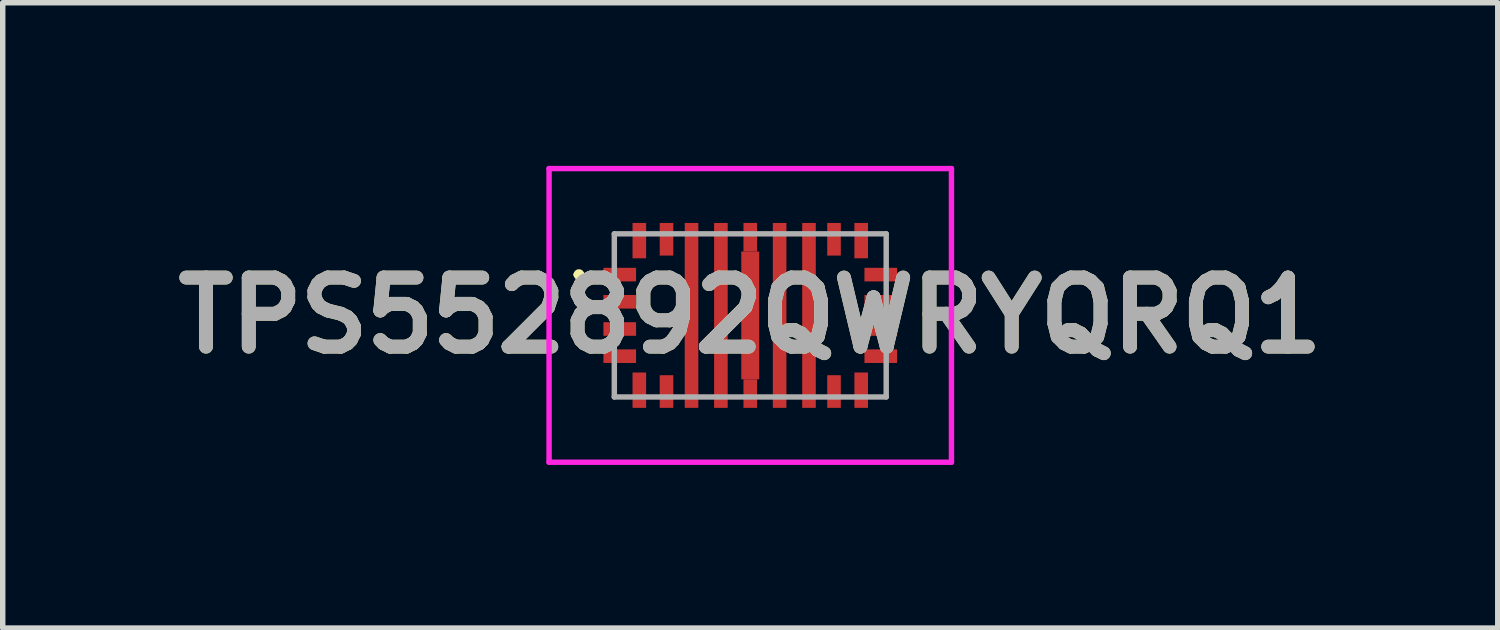
<source format=kicad_pcb>
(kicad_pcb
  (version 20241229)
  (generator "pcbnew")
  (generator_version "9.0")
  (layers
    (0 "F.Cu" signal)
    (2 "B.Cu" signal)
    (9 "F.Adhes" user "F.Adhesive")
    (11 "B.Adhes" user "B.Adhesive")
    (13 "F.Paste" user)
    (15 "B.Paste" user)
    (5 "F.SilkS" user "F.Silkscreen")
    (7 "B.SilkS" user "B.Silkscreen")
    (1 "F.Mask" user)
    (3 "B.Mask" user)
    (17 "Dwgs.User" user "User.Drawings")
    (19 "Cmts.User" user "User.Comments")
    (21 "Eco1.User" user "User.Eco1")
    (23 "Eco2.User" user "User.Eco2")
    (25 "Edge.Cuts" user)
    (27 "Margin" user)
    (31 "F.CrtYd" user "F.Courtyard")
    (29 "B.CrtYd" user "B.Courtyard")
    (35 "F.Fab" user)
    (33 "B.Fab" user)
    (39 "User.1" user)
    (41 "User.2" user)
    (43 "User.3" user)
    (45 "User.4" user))
  (footprint "TPS552892QWRYQRQ1"
    (layer "F.Cu")
    (at 10.747 2.75)
    (property "Reference" "TPS552892QWRYQRQ1" (at 0 0 0) (layer "F.SilkS") (effects (font (size 1.27 1.27) (thickness 0.254))))
    (attr smd)
    (fp_line (start -3.2 -0.75) (end -3.2 -0.75) (stroke (width 0.1) (type solid)) (layer "F.SilkS"))
    (fp_line (start -3.1 -0.75) (end -3.1 -0.75) (stroke (width 0.1) (type solid)) (layer "F.SilkS"))
    (fp_arc (start -3.2 -0.75) (mid -3.15 -0.8) (end -3.1 -0.75) (stroke (width 0.1) (type solid)) (layer "F.SilkS"))
    (fp_arc (start -3.1 -0.75) (mid -3.15 -0.7) (end -3.2 -0.75) (stroke (width 0.1) (type solid)) (layer "F.SilkS"))
    (fp_line (start -3.7 -2.7) (end 3.7 -2.7) (stroke (width 0.1) (type solid)) (layer "F.CrtYd"))
    (fp_line (start -3.7 2.7) (end -3.7 -2.7) (stroke (width 0.1) (type solid)) (layer "F.CrtYd"))
    (fp_line (start 3.7 -2.7) (end 3.7 2.7) (stroke (width 0.1) (type solid)) (layer "F.CrtYd"))
    (fp_line (start 3.7 2.7) (end -3.7 2.7) (stroke (width 0.1) (type solid)) (layer "F.CrtYd"))
    (fp_line (start -2.5 -1.5) (end 2.5 -1.5) (stroke (width 0.1) (type solid)) (layer "F.Fab"))
    (fp_line (start -2.5 1.5) (end -2.5 -1.5) (stroke (width 0.1) (type solid)) (layer "F.Fab"))
    (fp_line (start 2.5 -1.5) (end 2.5 1.5) (stroke (width 0.1) (type solid)) (layer "F.Fab"))
    (fp_line (start 2.5 1.5) (end -2.5 1.5) (stroke (width 0.1) (type solid)) (layer "F.Fab"))
    (fp_text user "${REFERENCE}" (at 0 0 0) (layer "F.Fab") (effects (font (size 1.27 1.27) (thickness 0.254))))
    (pad "1" smd rect (at -2.4 -0.75 90) (size 0.25 0.6) (layers "F.Cu" "F.Mask" "F.Paste"))
    (pad "2" smd rect (at -2.4 -0.25 90) (size 0.25 0.6) (layers "F.Cu" "F.Mask" "F.Paste"))
    (pad "3" smd rect (at -2.4 0.25 90) (size 0.25 0.6) (layers "F.Cu" "F.Mask" "F.Paste"))
    (pad "4" smd rect (at -2.4 0.75 90) (size 0.25 0.6) (layers "F.Cu" "F.Mask" "F.Paste"))
    (pad "5" smd rect (at -2.04 1.375) (size 0.25 0.65) (layers "F.Cu" "F.Mask" "F.Paste"))
    (pad "6" smd rect (at -1.54 1.4) (size 0.25 0.6) (layers "F.Cu" "F.Mask" "F.Paste"))
    (pad "7" smd rect (at -1.08 0) (size 0.25 3.4) (layers "F.Cu" "F.Mask" "F.Paste"))
    (pad "8" smd rect (at -0.54 0) (size 0.25 3.4) (layers "F.Cu" "F.Mask" "F.Paste"))
    (pad "9" smd rect (at 0 0) (size 0.33 2.35) (layers "F.Cu" "F.Mask" "F.Paste"))
    (pad "10" smd rect (at 0.54 0) (size 0.25 3.4) (layers "F.Cu" "F.Mask" "F.Paste"))
    (pad "11" smd rect (at 1.08 0) (size 0.25 3.4) (layers "F.Cu" "F.Mask" "F.Paste"))
    (pad "12" smd rect (at 1.54 1.4) (size 0.25 0.6) (layers "F.Cu" "F.Mask" "F.Paste"))
    (pad "13" smd rect (at 2.04 1.375) (size 0.25 0.65) (layers "F.Cu" "F.Mask" "F.Paste"))
    (pad "14" smd rect (at 2.4 0.75 90) (size 0.25 0.6) (layers "F.Cu" "F.Mask" "F.Paste"))
    (pad "15" smd rect (at 2.4 0.25 90) (size 0.25 0.6) (layers "F.Cu" "F.Mask" "F.Paste"))
    (pad "16" smd rect (at 2.4 -0.25 90) (size 0.25 0.6) (layers "F.Cu" "F.Mask" "F.Paste"))
    (pad "17" smd rect (at 2.4 -0.75 90) (size 0.25 0.6) (layers "F.Cu" "F.Mask" "F.Paste"))
    (pad "18" smd rect (at 2.04 -1.375) (size 0.25 0.65) (layers "F.Cu" "F.Mask" "F.Paste"))
    (pad "19" smd rect (at 1.54 -1.4) (size 0.25 0.6) (layers "F.Cu" "F.Mask" "F.Paste"))
    (pad "20" smd rect (at -1.54 -1.4) (size 0.25 0.6) (layers "F.Cu" "F.Mask" "F.Paste"))
    (pad "21" smd rect (at -2.04 -1.375) (size 0.25 0.65) (layers "F.Cu" "F.Mask" "F.Paste"))
    (pad "22" smd rect (at 0 1.438) (size 0.25 0.525) (layers "F.Cu" "F.Mask" "F.Paste"))
    (pad "23" smd rect (at 0 -1.438) (size 0.25 0.525) (layers "F.Cu" "F.Mask" "F.Paste")))
  (gr_rect
    (start -3 -3)
    (end 24.493 8.5)
    (stroke (width 0.1) (type default))
    (fill no)
    (layer "Edge.Cuts")))
</source>
